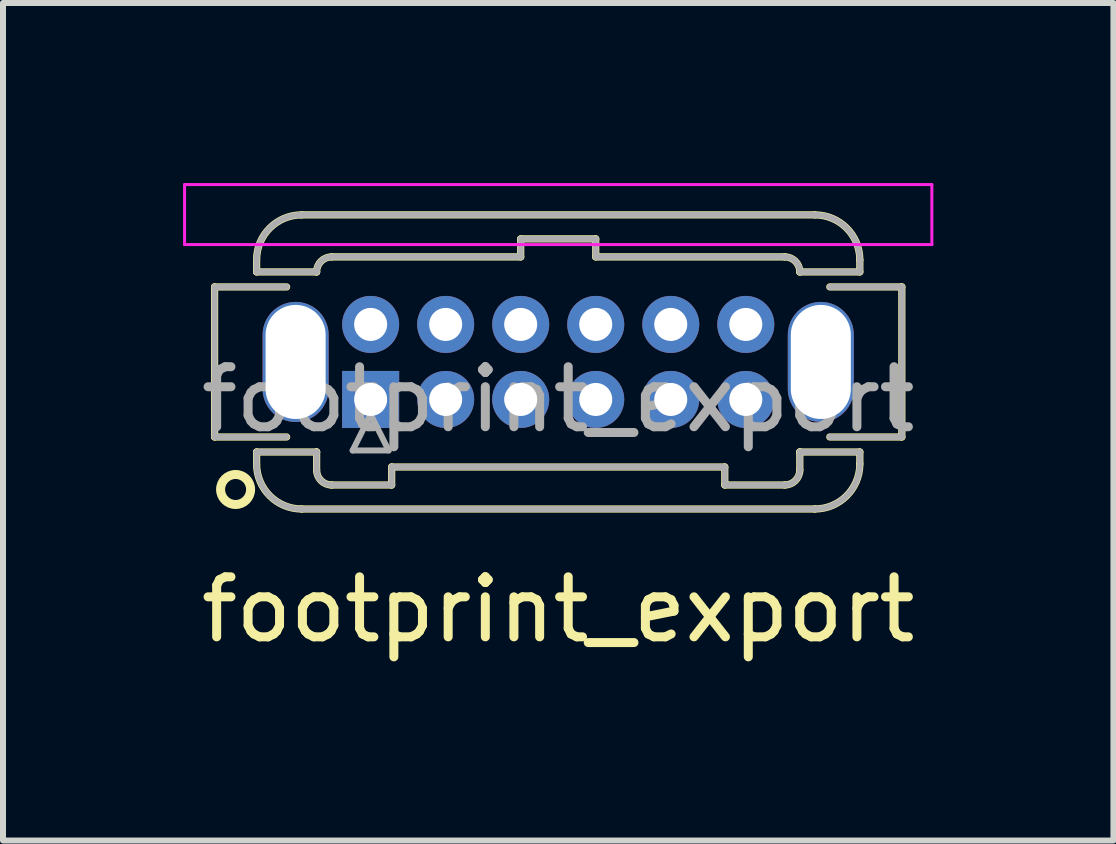
<source format=kicad_pcb>
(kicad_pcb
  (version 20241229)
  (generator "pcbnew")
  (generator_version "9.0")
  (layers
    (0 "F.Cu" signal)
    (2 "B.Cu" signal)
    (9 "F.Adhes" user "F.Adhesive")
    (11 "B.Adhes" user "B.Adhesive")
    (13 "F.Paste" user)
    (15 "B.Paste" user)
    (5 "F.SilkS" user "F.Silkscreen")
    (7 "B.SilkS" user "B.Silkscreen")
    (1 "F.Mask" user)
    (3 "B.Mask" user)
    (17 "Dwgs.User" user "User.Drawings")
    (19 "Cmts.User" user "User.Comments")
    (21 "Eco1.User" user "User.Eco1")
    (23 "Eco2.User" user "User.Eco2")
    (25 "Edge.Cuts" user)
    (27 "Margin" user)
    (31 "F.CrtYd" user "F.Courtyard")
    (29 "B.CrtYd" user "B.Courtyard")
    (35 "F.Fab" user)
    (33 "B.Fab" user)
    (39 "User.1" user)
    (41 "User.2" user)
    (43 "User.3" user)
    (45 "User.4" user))
  (footprint "footprint_export"
    (layer "F.Cu")
    (at 3.125 3.605)
    (property "Reference" "footprint_export" (at 3.125 3.5 0) (layer "F.SilkS") (effects (font (size 1 1) (thickness 0.15))))
    (attr through_hole)
    (fp_line (start -2.6 -1.875) (end -2.6 0.625) (stroke (width 0.12) (type solid)) (layer "F.SilkS"))
    (fp_line (start -2.6 0.625) (end -1.4 0.625) (stroke (width 0.12) (type solid)) (layer "F.SilkS"))
    (fp_line (start -1.9 -2.325) (end -1.9 -2.125) (stroke (width 0.12) (type solid)) (layer "F.SilkS"))
    (fp_line (start -1.9 -2.125) (end -0.9 -2.125) (stroke (width 0.12) (type solid)) (layer "F.SilkS"))
    (fp_line (start -1.9 0.875) (end -0.9 0.875) (stroke (width 0.12) (type solid)) (layer "F.SilkS"))
    (fp_line (start -1.9 1.075) (end -1.9 0.875) (stroke (width 0.12) (type solid)) (layer "F.SilkS"))
    (fp_line (start -1.4 -1.875) (end -2.6 -1.875) (stroke (width 0.12) (type solid)) (layer "F.SilkS"))
    (fp_line (start -1.15 -3.075) (end 7.4 -3.075) (stroke (width 0.12) (type solid)) (layer "F.SilkS"))
    (fp_line (start -1.15 1.825) (end 7.4 1.825) (stroke (width 0.12) (type solid)) (layer "F.SilkS"))
    (fp_line (start -0.9 -2.125) (end -0.9 -2.125) (stroke (width 0.12) (type solid)) (layer "F.SilkS"))
    (fp_line (start -0.9 0.875) (end -0.9 0.875) (stroke (width 0.12) (type solid)) (layer "F.SilkS"))
    (fp_line (start -0.9 1.175) (end -0.9 0.875) (stroke (width 0.12) (type solid)) (layer "F.SilkS"))
    (fp_line (start -0.65 -2.375) (end 2.5 -2.375) (stroke (width 0.12) (type solid)) (layer "F.SilkS"))
    (fp_line (start -0.65 1.425) (end 0.35 1.425) (stroke (width 0.12) (type solid)) (layer "F.SilkS"))
    (fp_line (start 0.35 1.125) (end 5.9 1.125) (stroke (width 0.12) (type solid)) (layer "F.SilkS"))
    (fp_line (start 0.35 1.425) (end 0.35 1.125) (stroke (width 0.12) (type solid)) (layer "F.SilkS"))
    (fp_line (start 2.5 -2.675) (end 3.75 -2.675) (stroke (width 0.12) (type solid)) (layer "F.SilkS"))
    (fp_line (start 2.5 -2.375) (end 2.5 -2.675) (stroke (width 0.12) (type solid)) (layer "F.SilkS"))
    (fp_line (start 3.75 -2.675) (end 3.75 -2.375) (stroke (width 0.12) (type solid)) (layer "F.SilkS"))
    (fp_line (start 3.75 -2.375) (end 6.9 -2.375) (stroke (width 0.12) (type solid)) (layer "F.SilkS"))
    (fp_line (start 5.9 1.125) (end 5.9 1.425) (stroke (width 0.12) (type solid)) (layer "F.SilkS"))
    (fp_line (start 5.9 1.425) (end 6.9 1.425) (stroke (width 0.12) (type solid)) (layer "F.SilkS"))
    (fp_line (start 7.15 -2.125) (end 7.15 -2.125) (stroke (width 0.12) (type solid)) (layer "F.SilkS"))
    (fp_line (start 7.15 0.875) (end 7.15 0.875) (stroke (width 0.12) (type solid)) (layer "F.SilkS"))
    (fp_line (start 7.15 1.175) (end 7.15 0.875) (stroke (width 0.12) (type solid)) (layer "F.SilkS"))
    (fp_line (start 7.65 -1.875) (end 8.85 -1.875) (stroke (width 0.12) (type solid)) (layer "F.SilkS"))
    (fp_line (start 8.15 -2.325) (end 8.15 -2.125) (stroke (width 0.12) (type solid)) (layer "F.SilkS"))
    (fp_line (start 8.15 -2.125) (end 7.15 -2.125) (stroke (width 0.12) (type solid)) (layer "F.SilkS"))
    (fp_line (start 8.15 0.875) (end 7.15 0.875) (stroke (width 0.12) (type solid)) (layer "F.SilkS"))
    (fp_line (start 8.15 1.075) (end 8.15 0.875) (stroke (width 0.12) (type solid)) (layer "F.SilkS"))
    (fp_line (start 8.85 -1.875) (end 8.85 0.625) (stroke (width 0.12) (type solid)) (layer "F.SilkS"))
    (fp_line (start 8.85 0.625) (end 7.65 0.625) (stroke (width 0.12) (type solid)) (layer "F.SilkS"))
    (fp_arc (start -1.9 -2.325) (mid -1.68033 -2.85533) (end -1.15 -3.075) (stroke (width 0.12) (type solid)) (layer "F.SilkS"))
    (fp_arc (start -1.15 1.825) (mid -1.68033 1.60533) (end -1.9 1.075) (stroke (width 0.12) (type solid)) (layer "F.SilkS"))
    (fp_arc (start -0.9 -2.125) (mid -0.826777 -2.301777) (end -0.65 -2.375) (stroke (width 0.12) (type solid)) (layer "F.SilkS"))
    (fp_arc (start -0.65 1.425) (mid -0.826777 1.351777) (end -0.9 1.175) (stroke (width 0.12) (type solid)) (layer "F.SilkS"))
    (fp_arc (start 6.9 -2.375) (mid 7.076777 -2.301777) (end 7.15 -2.125) (stroke (width 0.12) (type solid)) (layer "F.SilkS"))
    (fp_arc (start 7.15 1.175) (mid 7.076777 1.351777) (end 6.9 1.425) (stroke (width 0.12) (type solid)) (layer "F.SilkS"))
    (fp_arc (start 7.4 -3.075) (mid 7.93033 -2.85533) (end 8.15 -2.325) (stroke (width 0.12) (type solid)) (layer "F.SilkS"))
    (fp_arc (start 8.15 1.075) (mid 7.93033 1.60533) (end 7.4 1.825) (stroke (width 0.12) (type solid)) (layer "F.SilkS"))
    (fp_circle (center -2.25 1.5) (end -2 1.5) (stroke (width 0.15) (type solid)) (fill no) (layer "F.SilkS"))
    (fp_line (start -3.1 -3.58) (end -3.1 -2.58) (stroke (width 0.05) (type solid)) (layer "F.CrtYd"))
    (fp_line (start -3.1 -2.58) (end 9.35 -2.58) (stroke (width 0.05) (type solid)) (layer "F.CrtYd"))
    (fp_line (start 9.35 -3.58) (end -3.1 -3.58) (stroke (width 0.05) (type solid)) (layer "F.CrtYd"))
    (fp_line (start 9.35 -2.58) (end 9.35 -3.58) (stroke (width 0.05) (type solid)) (layer "F.CrtYd"))
    (fp_line (start -2.6 -1.875) (end -2.6 0.625) (stroke (width 0.1) (type solid)) (layer "F.Fab"))
    (fp_line (start -2.6 0.625) (end -1.4 0.625) (stroke (width 0.1) (type solid)) (layer "F.Fab"))
    (fp_line (start -1.9 -2.325) (end -1.9 -2.125) (stroke (width 0.1) (type solid)) (layer "F.Fab"))
    (fp_line (start -1.9 -2.125) (end -0.9 -2.125) (stroke (width 0.1) (type solid)) (layer "F.Fab"))
    (fp_line (start -1.9 0.875) (end -0.9 0.875) (stroke (width 0.1) (type solid)) (layer "F.Fab"))
    (fp_line (start -1.9 1.075) (end -1.9 0.875) (stroke (width 0.1) (type solid)) (layer "F.Fab"))
    (fp_line (start -1.4 -1.875) (end -2.6 -1.875) (stroke (width 0.1) (type solid)) (layer "F.Fab"))
    (fp_line (start -1.15 -3.075) (end 7.4 -3.075) (stroke (width 0.1) (type solid)) (layer "F.Fab"))
    (fp_line (start -1.15 1.825) (end 7.4 1.825) (stroke (width 0.1) (type solid)) (layer "F.Fab"))
    (fp_line (start -0.9 -2.125) (end -0.9 -2.125) (stroke (width 0.1) (type solid)) (layer "F.Fab"))
    (fp_line (start -0.9 0.875) (end -0.9 0.875) (stroke (width 0.1) (type solid)) (layer "F.Fab"))
    (fp_line (start -0.9 1.175) (end -0.9 0.875) (stroke (width 0.1) (type solid)) (layer "F.Fab"))
    (fp_line (start -0.65 -2.375) (end 2.5 -2.375) (stroke (width 0.1) (type solid)) (layer "F.Fab"))
    (fp_line (start -0.65 1.425) (end 0.35 1.425) (stroke (width 0.1) (type solid)) (layer "F.Fab"))
    (fp_line (start -0.3 0.85) (end 0.3 0.85) (stroke (width 0.1) (type solid)) (layer "F.Fab"))
    (fp_line (start 0 0.25) (end -0.3 0.85) (stroke (width 0.1) (type solid)) (layer "F.Fab"))
    (fp_line (start 0.3 0.85) (end 0 0.25) (stroke (width 0.1) (type solid)) (layer "F.Fab"))
    (fp_line (start 0.35 1.125) (end 5.9 1.125) (stroke (width 0.1) (type solid)) (layer "F.Fab"))
    (fp_line (start 0.35 1.425) (end 0.35 1.125) (stroke (width 0.1) (type solid)) (layer "F.Fab"))
    (fp_line (start 2.5 -2.675) (end 3.75 -2.675) (stroke (width 0.1) (type solid)) (layer "F.Fab"))
    (fp_line (start 2.5 -2.375) (end 2.5 -2.675) (stroke (width 0.1) (type solid)) (layer "F.Fab"))
    (fp_line (start 3.75 -2.675) (end 3.75 -2.375) (stroke (width 0.1) (type solid)) (layer "F.Fab"))
    (fp_line (start 3.75 -2.375) (end 6.9 -2.375) (stroke (width 0.1) (type solid)) (layer "F.Fab"))
    (fp_line (start 5.9 1.125) (end 5.9 1.425) (stroke (width 0.1) (type solid)) (layer "F.Fab"))
    (fp_line (start 5.9 1.425) (end 6.9 1.425) (stroke (width 0.1) (type solid)) (layer "F.Fab"))
    (fp_line (start 7.15 -2.125) (end 7.15 -2.125) (stroke (width 0.1) (type solid)) (layer "F.Fab"))
    (fp_line (start 7.15 0.875) (end 7.15 0.875) (stroke (width 0.1) (type solid)) (layer "F.Fab"))
    (fp_line (start 7.15 1.175) (end 7.15 0.875) (stroke (width 0.1) (type solid)) (layer "F.Fab"))
    (fp_line (start 7.65 -1.875) (end 8.85 -1.875) (stroke (width 0.1) (type solid)) (layer "F.Fab"))
    (fp_line (start 8.15 -2.325) (end 8.15 -2.125) (stroke (width 0.1) (type solid)) (layer "F.Fab"))
    (fp_line (start 8.15 -2.125) (end 7.15 -2.125) (stroke (width 0.1) (type solid)) (layer "F.Fab"))
    (fp_line (start 8.15 0.875) (end 7.15 0.875) (stroke (width 0.1) (type solid)) (layer "F.Fab"))
    (fp_line (start 8.15 1.075) (end 8.15 0.875) (stroke (width 0.1) (type solid)) (layer "F.Fab"))
    (fp_line (start 8.85 -1.875) (end 8.85 0.625) (stroke (width 0.1) (type solid)) (layer "F.Fab"))
    (fp_line (start 8.85 0.625) (end 7.65 0.625) (stroke (width 0.1) (type solid)) (layer "F.Fab"))
    (fp_arc (start -1.9 -2.325) (mid -1.68033 -2.85533) (end -1.15 -3.075) (stroke (width 0.1) (type solid)) (layer "F.Fab"))
    (fp_arc (start -1.15 1.825) (mid -1.68033 1.60533) (end -1.9 1.075) (stroke (width 0.1) (type solid)) (layer "F.Fab"))
    (fp_arc (start -0.9 -2.125) (mid -0.826777 -2.301777) (end -0.65 -2.375) (stroke (width 0.1) (type solid)) (layer "F.Fab"))
    (fp_arc (start -0.65 1.425) (mid -0.826777 1.351777) (end -0.9 1.175) (stroke (width 0.1) (type solid)) (layer "F.Fab"))
    (fp_arc (start 6.9 -2.375) (mid 7.076777 -2.301777) (end 7.15 -2.125) (stroke (width 0.1) (type solid)) (layer "F.Fab"))
    (fp_arc (start 7.15 1.175) (mid 7.076777 1.351777) (end 6.9 1.425) (stroke (width 0.1) (type solid)) (layer "F.Fab"))
    (fp_arc (start 7.4 -3.075) (mid 7.93033 -2.85533) (end 8.15 -2.325) (stroke (width 0.1) (type solid)) (layer "F.Fab"))
    (fp_arc (start 8.15 1.075) (mid 7.93033 1.60533) (end 7.4 1.825) (stroke (width 0.1) (type solid)) (layer "F.Fab"))
    (fp_text user "${REFERENCE}" (at 3.125 0 0) (layer "F.Fab") (effects (font (size 1 1) (thickness 0.15))))
    (pad "" np_thru_hole oval (at -1.25 -0.625) (size 1.1 2) (drill oval 1 1.9) (layers "*.Cu" "*.Mask"))
    (pad "" np_thru_hole oval (at 7.5 -0.625) (size 1.1 2) (drill oval 1 1.9) (layers "*.Cu" "*.Mask"))
    (pad "1" thru_hole rect (at 0 0) (size 0.95 0.95) (drill 0.55) (layers "*.Cu" "*.Mask"))
    (pad "2" thru_hole circle (at 0 -1.25) (size 0.95 0.95) (drill 0.55) (layers "*.Cu" "*.Mask"))
    (pad "3" thru_hole circle (at 1.25 0) (size 0.95 0.95) (drill 0.55) (layers "*.Cu" "*.Mask"))
    (pad "4" thru_hole circle (at 1.25 -1.25) (size 0.95 0.95) (drill 0.55) (layers "*.Cu" "*.Mask"))
    (pad "5" thru_hole circle (at 2.5 0) (size 0.95 0.95) (drill 0.55) (layers "*.Cu" "*.Mask"))
    (pad "6" thru_hole circle (at 2.5 -1.25) (size 0.95 0.95) (drill 0.55) (layers "*.Cu" "*.Mask"))
    (pad "7" thru_hole circle (at 3.75 0) (size 0.95 0.95) (drill 0.55) (layers "*.Cu" "*.Mask"))
    (pad "8" thru_hole circle (at 3.75 -1.25) (size 0.95 0.95) (drill 0.55) (layers "*.Cu" "*.Mask"))
    (pad "9" thru_hole circle (at 5 0) (size 0.95 0.95) (drill 0.55) (layers "*.Cu" "*.Mask"))
    (pad "10" thru_hole circle (at 5 -1.25) (size 0.95 0.95) (drill 0.55) (layers "*.Cu" "*.Mask"))
    (pad "11" thru_hole circle (at 6.25 0) (size 0.95 0.95) (drill 0.55) (layers "*.Cu" "*.Mask"))
    (pad "12" thru_hole circle (at 6.25 -1.25) (size 0.95 0.95) (drill 0.55) (layers "*.Cu" "*.Mask")))
  (gr_rect
    (start -3 -3)
    (end 15.5 10.953)
    (stroke (width 0.1) (type default))
    (fill no)
    (layer "Edge.Cuts")))
</source>
